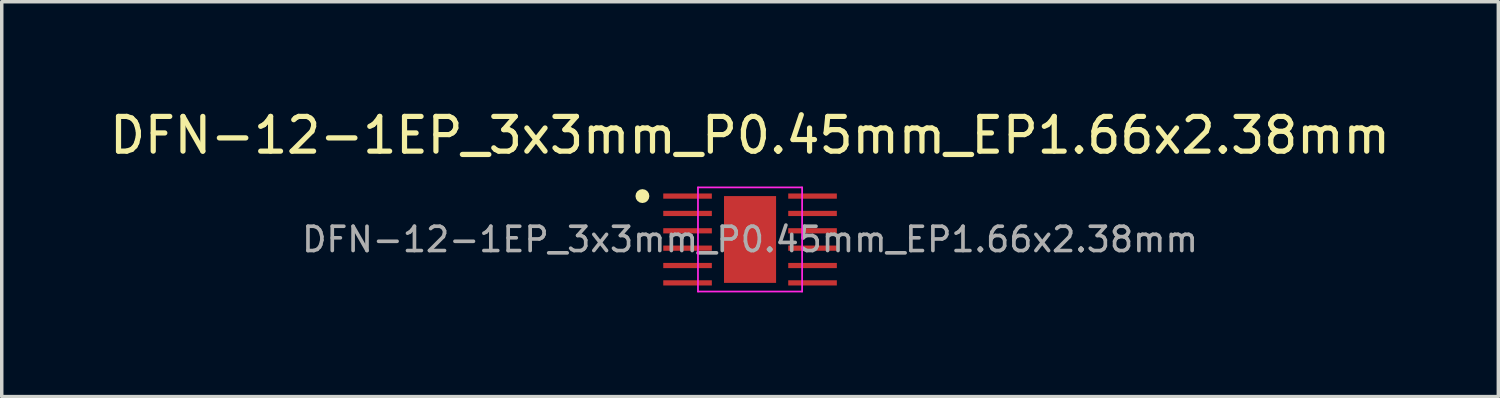
<source format=kicad_pcb>
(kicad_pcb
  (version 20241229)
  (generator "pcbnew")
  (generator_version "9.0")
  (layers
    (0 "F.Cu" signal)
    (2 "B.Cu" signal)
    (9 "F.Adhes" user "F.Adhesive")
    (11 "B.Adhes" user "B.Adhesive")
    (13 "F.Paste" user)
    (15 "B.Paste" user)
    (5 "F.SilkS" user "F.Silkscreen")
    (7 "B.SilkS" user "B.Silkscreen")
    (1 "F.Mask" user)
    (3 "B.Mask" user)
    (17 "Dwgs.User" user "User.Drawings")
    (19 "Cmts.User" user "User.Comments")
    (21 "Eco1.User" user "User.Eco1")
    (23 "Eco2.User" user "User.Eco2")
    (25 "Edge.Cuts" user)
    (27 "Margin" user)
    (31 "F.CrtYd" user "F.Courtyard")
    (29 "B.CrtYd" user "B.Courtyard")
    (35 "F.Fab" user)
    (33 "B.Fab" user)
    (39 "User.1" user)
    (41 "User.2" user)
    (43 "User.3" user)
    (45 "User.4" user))
  (footprint "DFN-12-1EP_3x3mm_P0.45mm_EP1.66x2.38mm"
    (layer "F.Cu")
    (at 18.554 3.848)
    (property "Reference" "DFN-12-1EP_3x3mm_P0.45mm_EP1.66x2.38mm" (at 0 -3 0) (layer "F.SilkS") (effects (font (size 1 1) (thickness 0.15))))
    (attr smd)
    (fp_circle (center -3.1 -1.25) (end -3 -1.25) (stroke (width 0.2) (type solid)) (fill no) (layer "F.SilkS"))
    (fp_line (start -1.5 -1.5) (end -1.5 1.5) (stroke (width 0.05) (type solid)) (layer "F.CrtYd"))
    (fp_line (start -1.5 -1.5) (end 1.5 -1.5) (stroke (width 0.05) (type solid)) (layer "F.CrtYd"))
    (fp_line (start -1.5 1.5) (end 1.5 1.5) (stroke (width 0.05) (type solid)) (layer "F.CrtYd"))
    (fp_line (start 1.5 -1.5) (end 1.5 1.5) (stroke (width 0.05) (type solid)) (layer "F.CrtYd"))
    (fp_text user "${REFERENCE}" (at 0 0 0) (layer "F.Fab") (effects (font (size 0.7 0.7) (thickness 0.105))))
    (pad "" smd roundrect (at 0 -0.6) (size 0.8 0.8) (layers "F.Paste") (roundrect_rratio 0.25))
    (pad "" smd roundrect (at 0 0.6) (size 0.8 0.8) (layers "F.Paste") (roundrect_rratio 0.25))
    (pad "1" smd rect (at -1.8 -1.25) (size 1.4 0.15) (layers "F.Cu" "F.Mask" "F.Paste"))
    (pad "2" smd rect (at -1.8 -0.75) (size 1.4 0.15) (layers "F.Cu" "F.Mask" "F.Paste"))
    (pad "3" smd rect (at -1.8 -0.25) (size 1.4 0.15) (layers "F.Cu" "F.Mask" "F.Paste"))
    (pad "4" smd rect (at -1.8 0.25) (size 1.4 0.15) (layers "F.Cu" "F.Mask" "F.Paste"))
    (pad "5" smd rect (at -1.8 0.75) (size 1.4 0.15) (layers "F.Cu" "F.Mask" "F.Paste"))
    (pad "6" smd rect (at -1.8 1.25) (size 1.4 0.15) (layers "F.Cu" "F.Mask" "F.Paste"))
    (pad "7" smd rect (at 1.8 1.25) (size 1.4 0.15) (layers "F.Cu" "F.Mask" "F.Paste"))
    (pad "8" smd rect (at 1.8 0.75) (size 1.4 0.15) (layers "F.Cu" "F.Mask" "F.Paste"))
    (pad "9" smd rect (at 1.8 0.25) (size 1.4 0.15) (layers "F.Cu" "F.Mask" "F.Paste"))
    (pad "10" smd rect (at 1.8 -0.25) (size 1.4 0.15) (layers "F.Cu" "F.Mask" "F.Paste"))
    (pad "11" smd rect (at 1.8 -0.75) (size 1.4 0.15) (layers "F.Cu" "F.Mask" "F.Paste"))
    (pad "12" smd rect (at 1.8 -1.25) (size 1.4 0.15) (layers "F.Cu" "F.Mask" "F.Paste"))
    (pad "13" smd rect (at 0 0) (size 1.5 2.5) (layers "F.Cu" "F.Mask")))
  (gr_rect
    (start -3 -3)
    (end 40.107 8.373)
    (stroke (width 0.1) (type default))
    (fill no)
    (layer "Edge.Cuts")))
</source>
